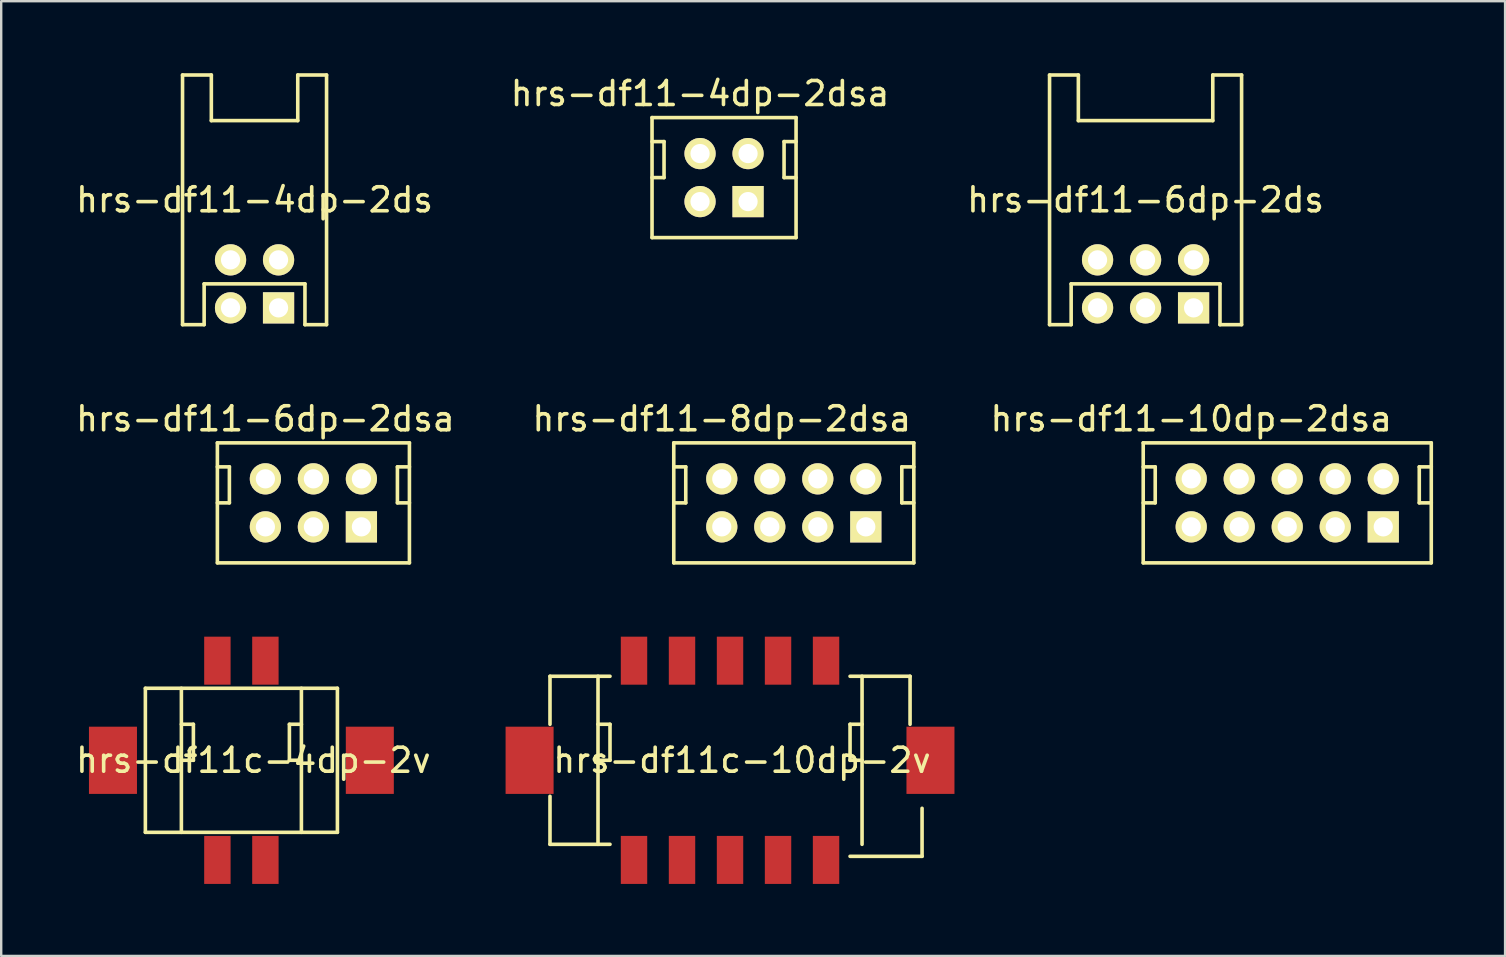
<source format=kicad_pcb>
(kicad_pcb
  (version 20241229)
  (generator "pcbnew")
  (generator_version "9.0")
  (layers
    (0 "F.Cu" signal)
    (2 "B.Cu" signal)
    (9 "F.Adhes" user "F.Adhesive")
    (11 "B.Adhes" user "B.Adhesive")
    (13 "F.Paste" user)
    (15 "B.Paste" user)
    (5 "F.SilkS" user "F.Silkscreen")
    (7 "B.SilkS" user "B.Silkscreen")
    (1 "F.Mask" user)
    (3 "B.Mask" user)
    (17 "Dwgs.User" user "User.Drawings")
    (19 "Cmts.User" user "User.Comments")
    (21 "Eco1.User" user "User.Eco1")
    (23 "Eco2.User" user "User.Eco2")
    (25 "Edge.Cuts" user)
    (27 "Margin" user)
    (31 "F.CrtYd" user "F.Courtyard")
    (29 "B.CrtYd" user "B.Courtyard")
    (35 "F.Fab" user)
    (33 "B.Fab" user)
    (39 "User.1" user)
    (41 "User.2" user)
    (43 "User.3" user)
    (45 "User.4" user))
  (footprint "hrs-df11-4dp-2ds"
    (layer "F.Cu")
    (at 7.554 8.775)
    (property "Reference" "hrs-df11-4dp-2ds" (at 0 -3.5 0) (layer "F.SilkS") (effects (font (size 1 1) (thickness 0.15))))
    (attr through_hole)
    (fp_line (start -3 -8.7) (end -1.8 -8.7) (stroke (width 0.15) (type solid)) (layer "F.SilkS"))
    (fp_line (start -3 1.7) (end -3 -8.7) (stroke (width 0.15) (type solid)) (layer "F.SilkS"))
    (fp_line (start -3 1.7) (end -2.1 1.7) (stroke (width 0.15) (type solid)) (layer "F.SilkS"))
    (fp_line (start -2.1 0) (end 2.1 0) (stroke (width 0.15) (type solid)) (layer "F.SilkS"))
    (fp_line (start -2.1 1.7) (end -2.1 0) (stroke (width 0.15) (type solid)) (layer "F.SilkS"))
    (fp_line (start -1.8 -8.7) (end -1.8 -6.8) (stroke (width 0.15) (type solid)) (layer "F.SilkS"))
    (fp_line (start -1.8 -6.8) (end 1.8 -6.8) (stroke (width 0.15) (type solid)) (layer "F.SilkS"))
    (fp_line (start 1.8 -8.7) (end 3 -8.7) (stroke (width 0.15) (type solid)) (layer "F.SilkS"))
    (fp_line (start 1.8 -6.8) (end 1.8 -8.7) (stroke (width 0.15) (type solid)) (layer "F.SilkS"))
    (fp_line (start 2.1 1.7) (end 2.1 0) (stroke (width 0.15) (type solid)) (layer "F.SilkS"))
    (fp_line (start 3 -8.7) (end 3 1.7) (stroke (width 0.15) (type solid)) (layer "F.SilkS"))
    (fp_line (start 3 1.7) (end 2.1 1.7) (stroke (width 0.15) (type solid)) (layer "F.SilkS"))
    (pad "1" thru_hole rect (at 1 1) (size 1.3 1.3) (drill 0.8) (layers "*.Cu" "*.Mask" "F.SilkS"))
    (pad "2" thru_hole circle (at 1 -1) (size 1.3 1.3) (drill 0.8) (layers "*.Cu" "*.Mask" "F.SilkS"))
    (pad "3" thru_hole circle (at -1 1) (size 1.3 1.3) (drill 0.8) (layers "*.Cu" "*.Mask" "F.SilkS"))
    (pad "4" thru_hole circle (at -1 -1) (size 1.3 1.3) (drill 0.8) (layers "*.Cu" "*.Mask" "F.SilkS")))
  (footprint "hrs-df11c-4dp-2v"
    (layer "F.Cu")
    (at 7.006 28.623)
    (property "Reference" "hrs-df11c-4dp-2v" (at 0.5 0 0) (layer "F.SilkS") (effects (font (size 1 1) (thickness 0.15))))
    (attr through_hole)
    (fp_line (start -4 -3) (end -4 3) (stroke (width 0.15) (type solid)) (layer "F.SilkS"))
    (fp_line (start -4 3) (end 4 3) (stroke (width 0.15) (type solid)) (layer "F.SilkS"))
    (fp_line (start -2.5 -3) (end -2.5 3) (stroke (width 0.15) (type solid)) (layer "F.SilkS"))
    (fp_line (start -2.5 -1.5) (end -2 -1.5) (stroke (width 0.15) (type solid)) (layer "F.SilkS"))
    (fp_line (start -2 -1.5) (end -2 0) (stroke (width 0.15) (type solid)) (layer "F.SilkS"))
    (fp_line (start -2 0) (end -2.5 0) (stroke (width 0.15) (type solid)) (layer "F.SilkS"))
    (fp_line (start 2 -1.5) (end 2 0) (stroke (width 0.15) (type solid)) (layer "F.SilkS"))
    (fp_line (start 2 0) (end 2.5 0) (stroke (width 0.15) (type solid)) (layer "F.SilkS"))
    (fp_line (start 2.5 -3) (end 2.5 3) (stroke (width 0.15) (type solid)) (layer "F.SilkS"))
    (fp_line (start 2.5 -1.5) (end 2 -1.5) (stroke (width 0.15) (type solid)) (layer "F.SilkS"))
    (fp_line (start 4 -3) (end -4 -3) (stroke (width 0.15) (type solid)) (layer "F.SilkS"))
    (fp_line (start 4 3) (end 4 -3) (stroke (width 0.15) (type solid)) (layer "F.SilkS"))
    (pad "" smd rect (at -5.35 0) (size 2 2.8) (layers "F.Cu" "F.Mask" "F.Paste"))
    (pad "" smd rect (at 5.35 0) (size 2 2.8) (layers "F.Cu" "F.Mask" "F.Paste"))
    (pad "1" smd rect (at 1 4.15) (size 1.1 2) (layers "F.Cu" "F.Mask" "F.Paste"))
    (pad "2" smd rect (at 1 -4.15) (size 1.1 2) (layers "F.Cu" "F.Mask" "F.Paste"))
    (pad "3" smd rect (at -1 4.15) (size 1.1 2) (layers "F.Cu" "F.Mask" "F.Paste"))
    (pad "4" smd rect (at -1 -4.15) (size 1.1 2) (layers "F.Cu" "F.Mask" "F.Paste")))
  (footprint "hrs-df11-10dp-2dsa"
    (layer "F.Cu")
    (at 50.575 17.898)
    (property "Reference" "hrs-df11-10dp-2dsa" (at -4 -3.5 0) (layer "F.SilkS") (effects (font (size 1 1) (thickness 0.15))))
    (attr through_hole)
    (fp_line (start -6 -2.5) (end 6 -2.5) (stroke (width 0.15) (type solid)) (layer "F.SilkS"))
    (fp_line (start -6 -1.5) (end -5.5 -1.5) (stroke (width 0.15) (type solid)) (layer "F.SilkS"))
    (fp_line (start -6 2.5) (end -6 -2.5) (stroke (width 0.15) (type solid)) (layer "F.SilkS"))
    (fp_line (start -6 2.5) (end 6 2.5) (stroke (width 0.15) (type solid)) (layer "F.SilkS"))
    (fp_line (start -5.5 -1.5) (end -5.5 0) (stroke (width 0.15) (type solid)) (layer "F.SilkS"))
    (fp_line (start -5.5 0) (end -6 0) (stroke (width 0.15) (type solid)) (layer "F.SilkS"))
    (fp_line (start 5.5 -1.5) (end 5.5 0) (stroke (width 0.15) (type solid)) (layer "F.SilkS"))
    (fp_line (start 5.5 0) (end 6 0) (stroke (width 0.15) (type solid)) (layer "F.SilkS"))
    (fp_line (start 6 -2.5) (end 6 2.5) (stroke (width 0.15) (type solid)) (layer "F.SilkS"))
    (fp_line (start 6 -1.5) (end 5.5 -1.5) (stroke (width 0.15) (type solid)) (layer "F.SilkS"))
    (pad "1" thru_hole rect (at 4 1) (size 1.3 1.3) (drill 0.8) (layers "*.Cu" "*.Mask" "F.SilkS"))
    (pad "2" thru_hole circle (at 4 -1) (size 1.3 1.3) (drill 0.8) (layers "*.Cu" "*.Mask" "F.SilkS"))
    (pad "3" thru_hole circle (at 2 1) (size 1.3 1.3) (drill 0.8) (layers "*.Cu" "*.Mask" "F.SilkS"))
    (pad "4" thru_hole circle (at 2 -1) (size 1.3 1.3) (drill 0.8) (layers "*.Cu" "*.Mask" "F.SilkS"))
    (pad "5" thru_hole circle (at 0 1) (size 1.3 1.3) (drill 0.8) (layers "*.Cu" "*.Mask" "F.SilkS"))
    (pad "6" thru_hole circle (at 0 -1) (size 1.3 1.3) (drill 0.8) (layers "*.Cu" "*.Mask" "F.SilkS"))
    (pad "7" thru_hole circle (at -2 1) (size 1.3 1.3) (drill 0.8) (layers "*.Cu" "*.Mask" "F.SilkS"))
    (pad "8" thru_hole circle (at -2 -1) (size 1.3 1.3) (drill 0.8) (layers "*.Cu" "*.Mask" "F.SilkS"))
    (pad "9" thru_hole circle (at -4 1) (size 1.3 1.3) (drill 0.8) (layers "*.Cu" "*.Mask" "F.SilkS"))
    (pad "10" thru_hole circle (at -4 -1) (size 1.3 1.3) (drill 0.8) (layers "*.Cu" "*.Mask" "F.SilkS")))
  (footprint "hrs-df11-6dp-2ds"
    (layer "F.Cu")
    (at 44.673 8.775)
    (property "Reference" "hrs-df11-6dp-2ds" (at 0 -3.5 0) (layer "F.SilkS") (effects (font (size 1 1) (thickness 0.15))))
    (attr through_hole)
    (fp_line (start -4 -8.7) (end -2.8 -8.7) (stroke (width 0.15) (type solid)) (layer "F.SilkS"))
    (fp_line (start -4 1.7) (end -4 -8.7) (stroke (width 0.15) (type solid)) (layer "F.SilkS"))
    (fp_line (start -4 1.7) (end -3.1 1.7) (stroke (width 0.15) (type solid)) (layer "F.SilkS"))
    (fp_line (start -3.1 0) (end 3.1 0) (stroke (width 0.15) (type solid)) (layer "F.SilkS"))
    (fp_line (start -3.1 1.7) (end -3.1 0) (stroke (width 0.15) (type solid)) (layer "F.SilkS"))
    (fp_line (start -2.8 -8.7) (end -2.8 -6.8) (stroke (width 0.15) (type solid)) (layer "F.SilkS"))
    (fp_line (start -2.8 -6.8) (end 2.8 -6.8) (stroke (width 0.15) (type solid)) (layer "F.SilkS"))
    (fp_line (start 2.8 -8.7) (end 4 -8.7) (stroke (width 0.15) (type solid)) (layer "F.SilkS"))
    (fp_line (start 2.8 -6.8) (end 2.8 -8.7) (stroke (width 0.15) (type solid)) (layer "F.SilkS"))
    (fp_line (start 3.1 1.7) (end 3.1 0) (stroke (width 0.15) (type solid)) (layer "F.SilkS"))
    (fp_line (start 4 -8.7) (end 4 1.7) (stroke (width 0.15) (type solid)) (layer "F.SilkS"))
    (fp_line (start 4 1.7) (end 3.1 1.7) (stroke (width 0.15) (type solid)) (layer "F.SilkS"))
    (pad "1" thru_hole rect (at 2 1) (size 1.3 1.3) (drill 0.8) (layers "*.Cu" "*.Mask" "F.SilkS"))
    (pad "2" thru_hole circle (at 2 -1) (size 1.3 1.3) (drill 0.8) (layers "*.Cu" "*.Mask" "F.SilkS"))
    (pad "3" thru_hole circle (at 0 1) (size 1.3 1.3) (drill 0.8) (layers "*.Cu" "*.Mask" "F.SilkS"))
    (pad "4" thru_hole circle (at 0 -1) (size 1.3 1.3) (drill 0.8) (layers "*.Cu" "*.Mask" "F.SilkS"))
    (pad "5" thru_hole circle (at -2 1) (size 1.3 1.3) (drill 0.8) (layers "*.Cu" "*.Mask" "F.SilkS"))
    (pad "6" thru_hole circle (at -2 -1) (size 1.3 1.3) (drill 0.8) (layers "*.Cu" "*.Mask" "F.SilkS")))
  (footprint "hrs-df11-8dp-2dsa"
    (layer "F.Cu")
    (at 30.018 17.898)
    (property "Reference" "hrs-df11-8dp-2dsa" (at -3 -3.5 0) (layer "F.SilkS") (effects (font (size 1 1) (thickness 0.15))))
    (attr through_hole)
    (fp_line (start -5 -2.5) (end 5 -2.5) (stroke (width 0.15) (type solid)) (layer "F.SilkS"))
    (fp_line (start -5 -1.5) (end -4.5 -1.5) (stroke (width 0.15) (type solid)) (layer "F.SilkS"))
    (fp_line (start -5 2.5) (end -5 -2.5) (stroke (width 0.15) (type solid)) (layer "F.SilkS"))
    (fp_line (start -5 2.5) (end 5 2.5) (stroke (width 0.15) (type solid)) (layer "F.SilkS"))
    (fp_line (start -4.5 -1.5) (end -4.5 0) (stroke (width 0.15) (type solid)) (layer "F.SilkS"))
    (fp_line (start -4.5 0) (end -5 0) (stroke (width 0.15) (type solid)) (layer "F.SilkS"))
    (fp_line (start 4.5 -1.5) (end 4.5 0) (stroke (width 0.15) (type solid)) (layer "F.SilkS"))
    (fp_line (start 4.5 0) (end 5 0) (stroke (width 0.15) (type solid)) (layer "F.SilkS"))
    (fp_line (start 5 -2.5) (end 5 2.5) (stroke (width 0.15) (type solid)) (layer "F.SilkS"))
    (fp_line (start 5 -1.5) (end 4.5 -1.5) (stroke (width 0.15) (type solid)) (layer "F.SilkS"))
    (pad "1" thru_hole rect (at 3 1) (size 1.3 1.3) (drill 0.8) (layers "*.Cu" "*.Mask" "F.SilkS"))
    (pad "2" thru_hole circle (at 3 -1) (size 1.3 1.3) (drill 0.8) (layers "*.Cu" "*.Mask" "F.SilkS"))
    (pad "3" thru_hole circle (at 1 1) (size 1.3 1.3) (drill 0.8) (layers "*.Cu" "*.Mask" "F.SilkS"))
    (pad "4" thru_hole circle (at 1 -1) (size 1.3 1.3) (drill 0.8) (layers "*.Cu" "*.Mask" "F.SilkS"))
    (pad "5" thru_hole circle (at -1 1) (size 1.3 1.3) (drill 0.8) (layers "*.Cu" "*.Mask" "F.SilkS"))
    (pad "6" thru_hole circle (at -1 -1) (size 1.3 1.3) (drill 0.8) (layers "*.Cu" "*.Mask" "F.SilkS"))
    (pad "7" thru_hole circle (at -3 1) (size 1.3 1.3) (drill 0.8) (layers "*.Cu" "*.Mask" "F.SilkS"))
    (pad "8" thru_hole circle (at -3 -1) (size 1.3 1.3) (drill 0.8) (layers "*.Cu" "*.Mask" "F.SilkS")))
  (footprint "hrs-df11-6dp-2dsa"
    (layer "F.Cu")
    (at 10.006 17.898)
    (property "Reference" "hrs-df11-6dp-2dsa" (at -2 -3.5 0) (layer "F.SilkS") (effects (font (size 1 1) (thickness 0.15))))
    (attr through_hole)
    (fp_line (start -4 -2.5) (end 4 -2.5) (stroke (width 0.15) (type solid)) (layer "F.SilkS"))
    (fp_line (start -4 -1.5) (end -3.5 -1.5) (stroke (width 0.15) (type solid)) (layer "F.SilkS"))
    (fp_line (start -4 2.5) (end -4 -2.5) (stroke (width 0.15) (type solid)) (layer "F.SilkS"))
    (fp_line (start -4 2.5) (end 4 2.5) (stroke (width 0.15) (type solid)) (layer "F.SilkS"))
    (fp_line (start -3.5 -1.5) (end -3.5 0) (stroke (width 0.15) (type solid)) (layer "F.SilkS"))
    (fp_line (start -3.5 0) (end -4 0) (stroke (width 0.15) (type solid)) (layer "F.SilkS"))
    (fp_line (start 3.5 -1.5) (end 3.5 0) (stroke (width 0.15) (type solid)) (layer "F.SilkS"))
    (fp_line (start 3.5 0) (end 4 0) (stroke (width 0.15) (type solid)) (layer "F.SilkS"))
    (fp_line (start 4 -2.5) (end 4 2.5) (stroke (width 0.15) (type solid)) (layer "F.SilkS"))
    (fp_line (start 4 -1.5) (end 3.5 -1.5) (stroke (width 0.15) (type solid)) (layer "F.SilkS"))
    (pad "1" thru_hole rect (at 2 1) (size 1.3 1.3) (drill 0.8) (layers "*.Cu" "*.Mask" "F.SilkS"))
    (pad "2" thru_hole circle (at 2 -1) (size 1.3 1.3) (drill 0.8) (layers "*.Cu" "*.Mask" "F.SilkS"))
    (pad "3" thru_hole circle (at 0 1) (size 1.3 1.3) (drill 0.8) (layers "*.Cu" "*.Mask" "F.SilkS"))
    (pad "4" thru_hole circle (at 0 -1) (size 1.3 1.3) (drill 0.8) (layers "*.Cu" "*.Mask" "F.SilkS"))
    (pad "5" thru_hole circle (at -2 1) (size 1.3 1.3) (drill 0.8) (layers "*.Cu" "*.Mask" "F.SilkS"))
    (pad "6" thru_hole circle (at -2 -1) (size 1.3 1.3) (drill 0.8) (layers "*.Cu" "*.Mask" "F.SilkS")))
  (footprint "hrs-df11c-10dp-2v"
    (layer "F.Cu")
    (at 27.362 28.623)
    (property "Reference" "hrs-df11c-10dp-2v" (at 0.5 0 0) (layer "F.SilkS") (effects (font (size 1 1) (thickness 0.15))))
    (attr through_hole)
    (fp_line (start -7.5 -3.5) (end -7.5 -1.5) (stroke (width 0.15) (type solid)) (layer "F.SilkS"))
    (fp_line (start -7.5 1.5) (end -7.5 3.5) (stroke (width 0.15) (type solid)) (layer "F.SilkS"))
    (fp_line (start -7.5 3.5) (end -5 3.5) (stroke (width 0.15) (type solid)) (layer "F.SilkS"))
    (fp_line (start -5.5 -3.5) (end -5.5 3.5) (stroke (width 0.15) (type solid)) (layer "F.SilkS"))
    (fp_line (start -5.5 -1.5) (end -5 -1.5) (stroke (width 0.15) (type solid)) (layer "F.SilkS"))
    (fp_line (start -5 -3.5) (end -7.5 -3.5) (stroke (width 0.15) (type solid)) (layer "F.SilkS"))
    (fp_line (start -5 -1.5) (end -5 0) (stroke (width 0.15) (type solid)) (layer "F.SilkS"))
    (fp_line (start -5 0) (end -5.5 0) (stroke (width 0.15) (type solid)) (layer "F.SilkS"))
    (fp_line (start 5 -1.5) (end 5 0) (stroke (width 0.15) (type solid)) (layer "F.SilkS"))
    (fp_line (start 5 0) (end 5.5 0) (stroke (width 0.15) (type solid)) (layer "F.SilkS"))
    (fp_line (start 5 4) (end 8 4) (stroke (width 0.15) (type solid)) (layer "F.SilkS"))
    (fp_line (start 5.5 -1.5) (end 5 -1.5) (stroke (width 0.15) (type solid)) (layer "F.SilkS"))
    (fp_line (start 5.5 3.5) (end 5.5 -3.5) (stroke (width 0.15) (type solid)) (layer "F.SilkS"))
    (fp_line (start 7.5 -3.5) (end 5 -3.5) (stroke (width 0.15) (type solid)) (layer "F.SilkS"))
    (fp_line (start 7.5 -1.5) (end 7.5 -3.5) (stroke (width 0.15) (type solid)) (layer "F.SilkS"))
    (fp_line (start 8 4) (end 8 2) (stroke (width 0.15) (type solid)) (layer "F.SilkS"))
    (pad "" smd rect (at -8.35 0) (size 2 2.8) (layers "F.Cu" "F.Mask" "F.Paste"))
    (pad "" smd rect (at 8.35 0) (size 2 2.8) (layers "F.Cu" "F.Mask" "F.Paste"))
    (pad "1" smd rect (at 4 4.15) (size 1.1 2) (layers "F.Cu" "F.Mask" "F.Paste"))
    (pad "2" smd rect (at 4 -4.15) (size 1.1 2) (layers "F.Cu" "F.Mask" "F.Paste"))
    (pad "3" smd rect (at 2 4.15) (size 1.1 2) (layers "F.Cu" "F.Mask" "F.Paste"))
    (pad "4" smd rect (at 2 -4.15) (size 1.1 2) (layers "F.Cu" "F.Mask" "F.Paste"))
    (pad "5" smd rect (at 0 4.15) (size 1.1 2) (layers "F.Cu" "F.Mask" "F.Paste"))
    (pad "6" smd rect (at 0 -4.15) (size 1.1 2) (layers "F.Cu" "F.Mask" "F.Paste"))
    (pad "7" smd rect (at -2 4.15) (size 1.1 2) (layers "F.Cu" "F.Mask" "F.Paste"))
    (pad "8" smd rect (at -2 -4.15) (size 1.1 2) (layers "F.Cu" "F.Mask" "F.Paste"))
    (pad "9" smd rect (at -4 4.15) (size 1.1 2) (layers "F.Cu" "F.Mask" "F.Paste"))
    (pad "10" smd rect (at -4 -4.15) (size 1.1 2) (layers "F.Cu" "F.Mask" "F.Paste")))
  (footprint "hrs-df11-4dp-2dsa"
    (layer "F.Cu")
    (at 27.113 4.348)
    (property "Reference" "hrs-df11-4dp-2dsa" (at -1 -3.5 0) (layer "F.SilkS") (effects (font (size 1 1) (thickness 0.15))))
    (attr through_hole)
    (fp_line (start -3 -2.5) (end 3 -2.5) (stroke (width 0.15) (type solid)) (layer "F.SilkS"))
    (fp_line (start -3 -1.5) (end -2.5 -1.5) (stroke (width 0.15) (type solid)) (layer "F.SilkS"))
    (fp_line (start -3 2.5) (end -3 -2.5) (stroke (width 0.15) (type solid)) (layer "F.SilkS"))
    (fp_line (start -2.5 -1.5) (end -2.5 0) (stroke (width 0.15) (type solid)) (layer "F.SilkS"))
    (fp_line (start -2.5 0) (end -3 0) (stroke (width 0.15) (type solid)) (layer "F.SilkS"))
    (fp_line (start 2.5 -1.5) (end 2.5 0) (stroke (width 0.15) (type solid)) (layer "F.SilkS"))
    (fp_line (start 2.5 0) (end 3 0) (stroke (width 0.15) (type solid)) (layer "F.SilkS"))
    (fp_line (start 3 -2.5) (end 3 2.5) (stroke (width 0.15) (type solid)) (layer "F.SilkS"))
    (fp_line (start 3 -1.5) (end 2.5 -1.5) (stroke (width 0.15) (type solid)) (layer "F.SilkS"))
    (fp_line (start 3 2.5) (end -3 2.5) (stroke (width 0.15) (type solid)) (layer "F.SilkS"))
    (pad "1" thru_hole rect (at 1 1) (size 1.3 1.3) (drill 0.8) (layers "*.Cu" "*.Mask" "F.SilkS"))
    (pad "2" thru_hole circle (at 1 -1) (size 1.3 1.3) (drill 0.8) (layers "*.Cu" "*.Mask" "F.SilkS"))
    (pad "3" thru_hole circle (at -1 1) (size 1.3 1.3) (drill 0.8) (layers "*.Cu" "*.Mask" "F.SilkS"))
    (pad "4" thru_hole circle (at -1 -1) (size 1.3 1.3) (drill 0.8) (layers "*.Cu" "*.Mask" "F.SilkS")))
  (gr_rect
    (start -3 -3)
    (end 59.65 36.773)
    (stroke (width 0.1) (type default))
    (fill no)
    (layer "Edge.Cuts")))
</source>
